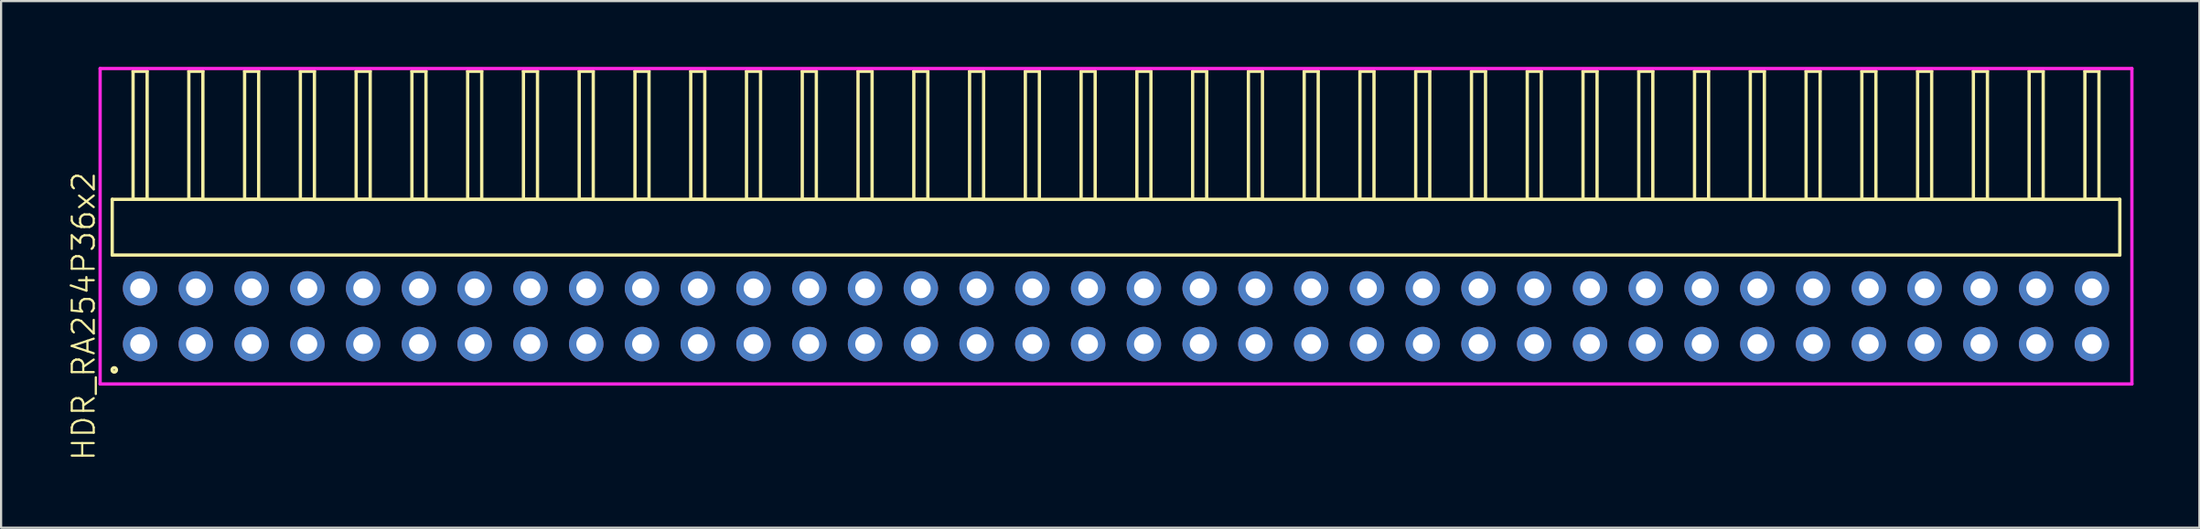
<source format=kicad_pcb>
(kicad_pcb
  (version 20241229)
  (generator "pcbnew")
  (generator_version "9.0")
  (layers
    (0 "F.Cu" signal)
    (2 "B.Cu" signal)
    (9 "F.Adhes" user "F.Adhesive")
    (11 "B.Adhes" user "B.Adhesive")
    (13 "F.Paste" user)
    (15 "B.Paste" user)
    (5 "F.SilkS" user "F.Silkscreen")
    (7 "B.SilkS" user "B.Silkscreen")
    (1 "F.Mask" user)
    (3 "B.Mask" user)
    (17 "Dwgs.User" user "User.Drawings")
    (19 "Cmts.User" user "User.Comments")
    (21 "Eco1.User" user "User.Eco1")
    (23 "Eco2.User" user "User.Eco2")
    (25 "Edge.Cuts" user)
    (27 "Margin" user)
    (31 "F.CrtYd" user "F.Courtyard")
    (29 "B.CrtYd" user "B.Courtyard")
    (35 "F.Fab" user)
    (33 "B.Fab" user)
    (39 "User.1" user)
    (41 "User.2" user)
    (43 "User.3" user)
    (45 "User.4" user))
  (footprint "HDR_RA254P36x2"
    (layer "F.Cu")
    (at 47.781 11.37)
    (property "Reference" "HDR_RA254P36x2" (at -47.02 0 90) (layer "F.SilkS") (effects (font (size 1 1) (thickness 0.1))))
    (attr through_hole)
    (fp_line (start -45.72 -5.33) (end -45.72 -2.79) (stroke (width 0.15) (type solid)) (layer "F.SilkS"))
    (fp_line (start -45.72 -2.79) (end 45.72 -2.79) (stroke (width 0.15) (type solid)) (layer "F.SilkS"))
    (fp_line (start -44.77 -11.17) (end -44.77 -5.33) (stroke (width 0.15) (type solid)) (layer "F.SilkS"))
    (fp_line (start -44.77 -5.33) (end -44.13 -5.33) (stroke (width 0.15) (type solid)) (layer "F.SilkS"))
    (fp_line (start -44.13 -11.17) (end -44.77 -11.17) (stroke (width 0.15) (type solid)) (layer "F.SilkS"))
    (fp_line (start -44.13 -5.33) (end -44.13 -11.17) (stroke (width 0.15) (type solid)) (layer "F.SilkS"))
    (fp_line (start -42.23 -11.17) (end -42.23 -5.33) (stroke (width 0.15) (type solid)) (layer "F.SilkS"))
    (fp_line (start -42.23 -5.33) (end -41.59 -5.33) (stroke (width 0.15) (type solid)) (layer "F.SilkS"))
    (fp_line (start -41.59 -11.17) (end -42.23 -11.17) (stroke (width 0.15) (type solid)) (layer "F.SilkS"))
    (fp_line (start -41.59 -5.33) (end -41.59 -11.17) (stroke (width 0.15) (type solid)) (layer "F.SilkS"))
    (fp_line (start -39.69 -11.17) (end -39.69 -5.33) (stroke (width 0.15) (type solid)) (layer "F.SilkS"))
    (fp_line (start -39.69 -5.33) (end -39.05 -5.33) (stroke (width 0.15) (type solid)) (layer "F.SilkS"))
    (fp_line (start -39.05 -11.17) (end -39.69 -11.17) (stroke (width 0.15) (type solid)) (layer "F.SilkS"))
    (fp_line (start -39.05 -5.33) (end -39.05 -11.17) (stroke (width 0.15) (type solid)) (layer "F.SilkS"))
    (fp_line (start -37.15 -11.17) (end -37.15 -5.33) (stroke (width 0.15) (type solid)) (layer "F.SilkS"))
    (fp_line (start -37.15 -5.33) (end -36.51 -5.33) (stroke (width 0.15) (type solid)) (layer "F.SilkS"))
    (fp_line (start -36.51 -11.17) (end -37.15 -11.17) (stroke (width 0.15) (type solid)) (layer "F.SilkS"))
    (fp_line (start -36.51 -5.33) (end -36.51 -11.17) (stroke (width 0.15) (type solid)) (layer "F.SilkS"))
    (fp_line (start -34.61 -11.17) (end -34.61 -5.33) (stroke (width 0.15) (type solid)) (layer "F.SilkS"))
    (fp_line (start -34.61 -5.33) (end -33.97 -5.33) (stroke (width 0.15) (type solid)) (layer "F.SilkS"))
    (fp_line (start -33.97 -11.17) (end -34.61 -11.17) (stroke (width 0.15) (type solid)) (layer "F.SilkS"))
    (fp_line (start -33.97 -5.33) (end -33.97 -11.17) (stroke (width 0.15) (type solid)) (layer "F.SilkS"))
    (fp_line (start -32.07 -11.17) (end -32.07 -5.33) (stroke (width 0.15) (type solid)) (layer "F.SilkS"))
    (fp_line (start -32.07 -5.33) (end -31.43 -5.33) (stroke (width 0.15) (type solid)) (layer "F.SilkS"))
    (fp_line (start -31.43 -11.17) (end -32.07 -11.17) (stroke (width 0.15) (type solid)) (layer "F.SilkS"))
    (fp_line (start -31.43 -5.33) (end -31.43 -11.17) (stroke (width 0.15) (type solid)) (layer "F.SilkS"))
    (fp_line (start -29.53 -11.17) (end -29.53 -5.33) (stroke (width 0.15) (type solid)) (layer "F.SilkS"))
    (fp_line (start -29.53 -5.33) (end -28.89 -5.33) (stroke (width 0.15) (type solid)) (layer "F.SilkS"))
    (fp_line (start -28.89 -11.17) (end -29.53 -11.17) (stroke (width 0.15) (type solid)) (layer "F.SilkS"))
    (fp_line (start -28.89 -5.33) (end -28.89 -11.17) (stroke (width 0.15) (type solid)) (layer "F.SilkS"))
    (fp_line (start -26.99 -11.17) (end -26.99 -5.33) (stroke (width 0.15) (type solid)) (layer "F.SilkS"))
    (fp_line (start -26.99 -5.33) (end -26.35 -5.33) (stroke (width 0.15) (type solid)) (layer "F.SilkS"))
    (fp_line (start -26.35 -11.17) (end -26.99 -11.17) (stroke (width 0.15) (type solid)) (layer "F.SilkS"))
    (fp_line (start -26.35 -5.33) (end -26.35 -11.17) (stroke (width 0.15) (type solid)) (layer "F.SilkS"))
    (fp_line (start -24.45 -11.17) (end -24.45 -5.33) (stroke (width 0.15) (type solid)) (layer "F.SilkS"))
    (fp_line (start -24.45 -5.33) (end -23.81 -5.33) (stroke (width 0.15) (type solid)) (layer "F.SilkS"))
    (fp_line (start -23.81 -11.17) (end -24.45 -11.17) (stroke (width 0.15) (type solid)) (layer "F.SilkS"))
    (fp_line (start -23.81 -5.33) (end -23.81 -11.17) (stroke (width 0.15) (type solid)) (layer "F.SilkS"))
    (fp_line (start -21.91 -11.17) (end -21.91 -5.33) (stroke (width 0.15) (type solid)) (layer "F.SilkS"))
    (fp_line (start -21.91 -5.33) (end -21.27 -5.33) (stroke (width 0.15) (type solid)) (layer "F.SilkS"))
    (fp_line (start -21.27 -11.17) (end -21.91 -11.17) (stroke (width 0.15) (type solid)) (layer "F.SilkS"))
    (fp_line (start -21.27 -5.33) (end -21.27 -11.17) (stroke (width 0.15) (type solid)) (layer "F.SilkS"))
    (fp_line (start -19.37 -11.17) (end -19.37 -5.33) (stroke (width 0.15) (type solid)) (layer "F.SilkS"))
    (fp_line (start -19.37 -5.33) (end -18.73 -5.33) (stroke (width 0.15) (type solid)) (layer "F.SilkS"))
    (fp_line (start -18.73 -11.17) (end -19.37 -11.17) (stroke (width 0.15) (type solid)) (layer "F.SilkS"))
    (fp_line (start -18.73 -5.33) (end -18.73 -11.17) (stroke (width 0.15) (type solid)) (layer "F.SilkS"))
    (fp_line (start -16.83 -11.17) (end -16.83 -5.33) (stroke (width 0.15) (type solid)) (layer "F.SilkS"))
    (fp_line (start -16.83 -5.33) (end -16.19 -5.33) (stroke (width 0.15) (type solid)) (layer "F.SilkS"))
    (fp_line (start -16.19 -11.17) (end -16.83 -11.17) (stroke (width 0.15) (type solid)) (layer "F.SilkS"))
    (fp_line (start -16.19 -5.33) (end -16.19 -11.17) (stroke (width 0.15) (type solid)) (layer "F.SilkS"))
    (fp_line (start -14.29 -11.17) (end -14.29 -5.33) (stroke (width 0.15) (type solid)) (layer "F.SilkS"))
    (fp_line (start -14.29 -5.33) (end -13.65 -5.33) (stroke (width 0.15) (type solid)) (layer "F.SilkS"))
    (fp_line (start -13.65 -11.17) (end -14.29 -11.17) (stroke (width 0.15) (type solid)) (layer "F.SilkS"))
    (fp_line (start -13.65 -5.33) (end -13.65 -11.17) (stroke (width 0.15) (type solid)) (layer "F.SilkS"))
    (fp_line (start -11.75 -11.17) (end -11.75 -5.33) (stroke (width 0.15) (type solid)) (layer "F.SilkS"))
    (fp_line (start -11.75 -5.33) (end -11.11 -5.33) (stroke (width 0.15) (type solid)) (layer "F.SilkS"))
    (fp_line (start -11.11 -11.17) (end -11.75 -11.17) (stroke (width 0.15) (type solid)) (layer "F.SilkS"))
    (fp_line (start -11.11 -5.33) (end -11.11 -11.17) (stroke (width 0.15) (type solid)) (layer "F.SilkS"))
    (fp_line (start -9.21 -11.17) (end -9.21 -5.33) (stroke (width 0.15) (type solid)) (layer "F.SilkS"))
    (fp_line (start -9.21 -5.33) (end -8.57 -5.33) (stroke (width 0.15) (type solid)) (layer "F.SilkS"))
    (fp_line (start -8.57 -11.17) (end -9.21 -11.17) (stroke (width 0.15) (type solid)) (layer "F.SilkS"))
    (fp_line (start -8.57 -5.33) (end -8.57 -11.17) (stroke (width 0.15) (type solid)) (layer "F.SilkS"))
    (fp_line (start -6.67 -11.17) (end -6.67 -5.33) (stroke (width 0.15) (type solid)) (layer "F.SilkS"))
    (fp_line (start -6.67 -5.33) (end -6.03 -5.33) (stroke (width 0.15) (type solid)) (layer "F.SilkS"))
    (fp_line (start -6.03 -11.17) (end -6.67 -11.17) (stroke (width 0.15) (type solid)) (layer "F.SilkS"))
    (fp_line (start -6.03 -5.33) (end -6.03 -11.17) (stroke (width 0.15) (type solid)) (layer "F.SilkS"))
    (fp_line (start -4.13 -11.17) (end -4.13 -5.33) (stroke (width 0.15) (type solid)) (layer "F.SilkS"))
    (fp_line (start -4.13 -5.33) (end -3.49 -5.33) (stroke (width 0.15) (type solid)) (layer "F.SilkS"))
    (fp_line (start -3.49 -11.17) (end -4.13 -11.17) (stroke (width 0.15) (type solid)) (layer "F.SilkS"))
    (fp_line (start -3.49 -5.33) (end -3.49 -11.17) (stroke (width 0.15) (type solid)) (layer "F.SilkS"))
    (fp_line (start -1.59 -11.17) (end -1.59 -5.33) (stroke (width 0.15) (type solid)) (layer "F.SilkS"))
    (fp_line (start -1.59 -5.33) (end -0.95 -5.33) (stroke (width 0.15) (type solid)) (layer "F.SilkS"))
    (fp_line (start -0.95 -11.17) (end -1.59 -11.17) (stroke (width 0.15) (type solid)) (layer "F.SilkS"))
    (fp_line (start -0.95 -5.33) (end -0.95 -11.17) (stroke (width 0.15) (type solid)) (layer "F.SilkS"))
    (fp_line (start 0.95 -11.17) (end 0.95 -5.33) (stroke (width 0.15) (type solid)) (layer "F.SilkS"))
    (fp_line (start 0.95 -5.33) (end 1.59 -5.33) (stroke (width 0.15) (type solid)) (layer "F.SilkS"))
    (fp_line (start 1.59 -11.17) (end 0.95 -11.17) (stroke (width 0.15) (type solid)) (layer "F.SilkS"))
    (fp_line (start 1.59 -5.33) (end 1.59 -11.17) (stroke (width 0.15) (type solid)) (layer "F.SilkS"))
    (fp_line (start 3.49 -11.17) (end 3.49 -5.33) (stroke (width 0.15) (type solid)) (layer "F.SilkS"))
    (fp_line (start 3.49 -5.33) (end 4.13 -5.33) (stroke (width 0.15) (type solid)) (layer "F.SilkS"))
    (fp_line (start 4.13 -11.17) (end 3.49 -11.17) (stroke (width 0.15) (type solid)) (layer "F.SilkS"))
    (fp_line (start 4.13 -5.33) (end 4.13 -11.17) (stroke (width 0.15) (type solid)) (layer "F.SilkS"))
    (fp_line (start 6.03 -11.17) (end 6.03 -5.33) (stroke (width 0.15) (type solid)) (layer "F.SilkS"))
    (fp_line (start 6.03 -5.33) (end 6.67 -5.33) (stroke (width 0.15) (type solid)) (layer "F.SilkS"))
    (fp_line (start 6.67 -11.17) (end 6.03 -11.17) (stroke (width 0.15) (type solid)) (layer "F.SilkS"))
    (fp_line (start 6.67 -5.33) (end 6.67 -11.17) (stroke (width 0.15) (type solid)) (layer "F.SilkS"))
    (fp_line (start 8.57 -11.17) (end 8.57 -5.33) (stroke (width 0.15) (type solid)) (layer "F.SilkS"))
    (fp_line (start 8.57 -5.33) (end 9.21 -5.33) (stroke (width 0.15) (type solid)) (layer "F.SilkS"))
    (fp_line (start 9.21 -11.17) (end 8.57 -11.17) (stroke (width 0.15) (type solid)) (layer "F.SilkS"))
    (fp_line (start 9.21 -5.33) (end 9.21 -11.17) (stroke (width 0.15) (type solid)) (layer "F.SilkS"))
    (fp_line (start 11.11 -11.17) (end 11.11 -5.33) (stroke (width 0.15) (type solid)) (layer "F.SilkS"))
    (fp_line (start 11.11 -5.33) (end 11.75 -5.33) (stroke (width 0.15) (type solid)) (layer "F.SilkS"))
    (fp_line (start 11.75 -11.17) (end 11.11 -11.17) (stroke (width 0.15) (type solid)) (layer "F.SilkS"))
    (fp_line (start 11.75 -5.33) (end 11.75 -11.17) (stroke (width 0.15) (type solid)) (layer "F.SilkS"))
    (fp_line (start 13.65 -11.17) (end 13.65 -5.33) (stroke (width 0.15) (type solid)) (layer "F.SilkS"))
    (fp_line (start 13.65 -5.33) (end 14.29 -5.33) (stroke (width 0.15) (type solid)) (layer "F.SilkS"))
    (fp_line (start 14.29 -11.17) (end 13.65 -11.17) (stroke (width 0.15) (type solid)) (layer "F.SilkS"))
    (fp_line (start 14.29 -5.33) (end 14.29 -11.17) (stroke (width 0.15) (type solid)) (layer "F.SilkS"))
    (fp_line (start 16.19 -11.17) (end 16.19 -5.33) (stroke (width 0.15) (type solid)) (layer "F.SilkS"))
    (fp_line (start 16.19 -5.33) (end 16.83 -5.33) (stroke (width 0.15) (type solid)) (layer "F.SilkS"))
    (fp_line (start 16.83 -11.17) (end 16.19 -11.17) (stroke (width 0.15) (type solid)) (layer "F.SilkS"))
    (fp_line (start 16.83 -5.33) (end 16.83 -11.17) (stroke (width 0.15) (type solid)) (layer "F.SilkS"))
    (fp_line (start 18.73 -11.17) (end 18.73 -5.33) (stroke (width 0.15) (type solid)) (layer "F.SilkS"))
    (fp_line (start 18.73 -5.33) (end 19.37 -5.33) (stroke (width 0.15) (type solid)) (layer "F.SilkS"))
    (fp_line (start 19.37 -11.17) (end 18.73 -11.17) (stroke (width 0.15) (type solid)) (layer "F.SilkS"))
    (fp_line (start 19.37 -5.33) (end 19.37 -11.17) (stroke (width 0.15) (type solid)) (layer "F.SilkS"))
    (fp_line (start 21.27 -11.17) (end 21.27 -5.33) (stroke (width 0.15) (type solid)) (layer "F.SilkS"))
    (fp_line (start 21.27 -5.33) (end 21.91 -5.33) (stroke (width 0.15) (type solid)) (layer "F.SilkS"))
    (fp_line (start 21.91 -11.17) (end 21.27 -11.17) (stroke (width 0.15) (type solid)) (layer "F.SilkS"))
    (fp_line (start 21.91 -5.33) (end 21.91 -11.17) (stroke (width 0.15) (type solid)) (layer "F.SilkS"))
    (fp_line (start 23.81 -11.17) (end 23.81 -5.33) (stroke (width 0.15) (type solid)) (layer "F.SilkS"))
    (fp_line (start 23.81 -5.33) (end 24.45 -5.33) (stroke (width 0.15) (type solid)) (layer "F.SilkS"))
    (fp_line (start 24.45 -11.17) (end 23.81 -11.17) (stroke (width 0.15) (type solid)) (layer "F.SilkS"))
    (fp_line (start 24.45 -5.33) (end 24.45 -11.17) (stroke (width 0.15) (type solid)) (layer "F.SilkS"))
    (fp_line (start 26.35 -11.17) (end 26.35 -5.33) (stroke (width 0.15) (type solid)) (layer "F.SilkS"))
    (fp_line (start 26.35 -5.33) (end 26.99 -5.33) (stroke (width 0.15) (type solid)) (layer "F.SilkS"))
    (fp_line (start 26.99 -11.17) (end 26.35 -11.17) (stroke (width 0.15) (type solid)) (layer "F.SilkS"))
    (fp_line (start 26.99 -5.33) (end 26.99 -11.17) (stroke (width 0.15) (type solid)) (layer "F.SilkS"))
    (fp_line (start 28.89 -11.17) (end 28.89 -5.33) (stroke (width 0.15) (type solid)) (layer "F.SilkS"))
    (fp_line (start 28.89 -5.33) (end 29.53 -5.33) (stroke (width 0.15) (type solid)) (layer "F.SilkS"))
    (fp_line (start 29.53 -11.17) (end 28.89 -11.17) (stroke (width 0.15) (type solid)) (layer "F.SilkS"))
    (fp_line (start 29.53 -5.33) (end 29.53 -11.17) (stroke (width 0.15) (type solid)) (layer "F.SilkS"))
    (fp_line (start 31.43 -11.17) (end 31.43 -5.33) (stroke (width 0.15) (type solid)) (layer "F.SilkS"))
    (fp_line (start 31.43 -5.33) (end 32.07 -5.33) (stroke (width 0.15) (type solid)) (layer "F.SilkS"))
    (fp_line (start 32.07 -11.17) (end 31.43 -11.17) (stroke (width 0.15) (type solid)) (layer "F.SilkS"))
    (fp_line (start 32.07 -5.33) (end 32.07 -11.17) (stroke (width 0.15) (type solid)) (layer "F.SilkS"))
    (fp_line (start 33.97 -11.17) (end 33.97 -5.33) (stroke (width 0.15) (type solid)) (layer "F.SilkS"))
    (fp_line (start 33.97 -5.33) (end 34.61 -5.33) (stroke (width 0.15) (type solid)) (layer "F.SilkS"))
    (fp_line (start 34.61 -11.17) (end 33.97 -11.17) (stroke (width 0.15) (type solid)) (layer "F.SilkS"))
    (fp_line (start 34.61 -5.33) (end 34.61 -11.17) (stroke (width 0.15) (type solid)) (layer "F.SilkS"))
    (fp_line (start 36.51 -11.17) (end 36.51 -5.33) (stroke (width 0.15) (type solid)) (layer "F.SilkS"))
    (fp_line (start 36.51 -5.33) (end 37.15 -5.33) (stroke (width 0.15) (type solid)) (layer "F.SilkS"))
    (fp_line (start 37.15 -11.17) (end 36.51 -11.17) (stroke (width 0.15) (type solid)) (layer "F.SilkS"))
    (fp_line (start 37.15 -5.33) (end 37.15 -11.17) (stroke (width 0.15) (type solid)) (layer "F.SilkS"))
    (fp_line (start 39.05 -11.17) (end 39.05 -5.33) (stroke (width 0.15) (type solid)) (layer "F.SilkS"))
    (fp_line (start 39.05 -5.33) (end 39.69 -5.33) (stroke (width 0.15) (type solid)) (layer "F.SilkS"))
    (fp_line (start 39.69 -11.17) (end 39.05 -11.17) (stroke (width 0.15) (type solid)) (layer "F.SilkS"))
    (fp_line (start 39.69 -5.33) (end 39.69 -11.17) (stroke (width 0.15) (type solid)) (layer "F.SilkS"))
    (fp_line (start 41.59 -11.17) (end 41.59 -5.33) (stroke (width 0.15) (type solid)) (layer "F.SilkS"))
    (fp_line (start 41.59 -5.33) (end 42.23 -5.33) (stroke (width 0.15) (type solid)) (layer "F.SilkS"))
    (fp_line (start 42.23 -11.17) (end 41.59 -11.17) (stroke (width 0.15) (type solid)) (layer "F.SilkS"))
    (fp_line (start 42.23 -5.33) (end 42.23 -11.17) (stroke (width 0.15) (type solid)) (layer "F.SilkS"))
    (fp_line (start 44.13 -11.17) (end 44.13 -5.33) (stroke (width 0.15) (type solid)) (layer "F.SilkS"))
    (fp_line (start 44.13 -5.33) (end 44.77 -5.33) (stroke (width 0.15) (type solid)) (layer "F.SilkS"))
    (fp_line (start 44.77 -11.17) (end 44.13 -11.17) (stroke (width 0.15) (type solid)) (layer "F.SilkS"))
    (fp_line (start 44.77 -5.33) (end 44.77 -11.17) (stroke (width 0.15) (type solid)) (layer "F.SilkS"))
    (fp_line (start 45.72 -5.33) (end -45.72 -5.33) (stroke (width 0.15) (type solid)) (layer "F.SilkS"))
    (fp_line (start 45.72 -2.79) (end 45.72 -5.33) (stroke (width 0.15) (type solid)) (layer "F.SilkS"))
    (fp_circle (center -45.627 2.448) (end -45.527 2.448) (stroke (width 0.15) (type solid)) (fill no) (layer "F.SilkS"))
    (fp_line (start -46.27 -11.295) (end -46.27 3.09) (stroke (width 0.15) (type solid)) (layer "F.CrtYd"))
    (fp_line (start -46.27 3.09) (end 46.27 3.09) (stroke (width 0.15) (type solid)) (layer "F.CrtYd"))
    (fp_line (start 46.27 -11.295) (end -46.27 -11.295) (stroke (width 0.15) (type solid)) (layer "F.CrtYd"))
    (fp_line (start 46.27 3.09) (end 46.27 -11.295) (stroke (width 0.15) (type solid)) (layer "F.CrtYd"))
    (pad "1" thru_hole oval (at -44.45 1.27) (size 1.57 1.57) (drill 0.9) (layers "*.Cu" "*.Mask"))
    (pad "2" thru_hole oval (at -44.45 -1.27) (size 1.57 1.57) (drill 0.9) (layers "*.Cu" "*.Mask"))
    (pad "3" thru_hole oval (at -41.91 1.27) (size 1.57 1.57) (drill 0.9) (layers "*.Cu" "*.Mask"))
    (pad "4" thru_hole oval (at -41.91 -1.27) (size 1.57 1.57) (drill 0.9) (layers "*.Cu" "*.Mask"))
    (pad "5" thru_hole oval (at -39.37 1.27) (size 1.57 1.57) (drill 0.9) (layers "*.Cu" "*.Mask"))
    (pad "6" thru_hole oval (at -39.37 -1.27) (size 1.57 1.57) (drill 0.9) (layers "*.Cu" "*.Mask"))
    (pad "7" thru_hole oval (at -36.83 1.27) (size 1.57 1.57) (drill 0.9) (layers "*.Cu" "*.Mask"))
    (pad "8" thru_hole oval (at -36.83 -1.27) (size 1.57 1.57) (drill 0.9) (layers "*.Cu" "*.Mask"))
    (pad "9" thru_hole oval (at -34.29 1.27) (size 1.57 1.57) (drill 0.9) (layers "*.Cu" "*.Mask"))
    (pad "10" thru_hole oval (at -34.29 -1.27) (size 1.57 1.57) (drill 0.9) (layers "*.Cu" "*.Mask"))
    (pad "11" thru_hole oval (at -31.75 1.27) (size 1.57 1.57) (drill 0.9) (layers "*.Cu" "*.Mask"))
    (pad "12" thru_hole oval (at -31.75 -1.27) (size 1.57 1.57) (drill 0.9) (layers "*.Cu" "*.Mask"))
    (pad "13" thru_hole oval (at -29.21 1.27) (size 1.57 1.57) (drill 0.9) (layers "*.Cu" "*.Mask"))
    (pad "14" thru_hole oval (at -29.21 -1.27) (size 1.57 1.57) (drill 0.9) (layers "*.Cu" "*.Mask"))
    (pad "15" thru_hole oval (at -26.67 1.27) (size 1.57 1.57) (drill 0.9) (layers "*.Cu" "*.Mask"))
    (pad "16" thru_hole oval (at -26.67 -1.27) (size 1.57 1.57) (drill 0.9) (layers "*.Cu" "*.Mask"))
    (pad "17" thru_hole oval (at -24.13 1.27) (size 1.57 1.57) (drill 0.9) (layers "*.Cu" "*.Mask"))
    (pad "18" thru_hole oval (at -24.13 -1.27) (size 1.57 1.57) (drill 0.9) (layers "*.Cu" "*.Mask"))
    (pad "19" thru_hole oval (at -21.59 1.27) (size 1.57 1.57) (drill 0.9) (layers "*.Cu" "*.Mask"))
    (pad "20" thru_hole oval (at -21.59 -1.27) (size 1.57 1.57) (drill 0.9) (layers "*.Cu" "*.Mask"))
    (pad "21" thru_hole oval (at -19.05 1.27) (size 1.57 1.57) (drill 0.9) (layers "*.Cu" "*.Mask"))
    (pad "22" thru_hole oval (at -19.05 -1.27) (size 1.57 1.57) (drill 0.9) (layers "*.Cu" "*.Mask"))
    (pad "23" thru_hole oval (at -16.51 1.27) (size 1.57 1.57) (drill 0.9) (layers "*.Cu" "*.Mask"))
    (pad "24" thru_hole oval (at -16.51 -1.27) (size 1.57 1.57) (drill 0.9) (layers "*.Cu" "*.Mask"))
    (pad "25" thru_hole oval (at -13.97 1.27) (size 1.57 1.57) (drill 0.9) (layers "*.Cu" "*.Mask"))
    (pad "26" thru_hole oval (at -13.97 -1.27) (size 1.57 1.57) (drill 0.9) (layers "*.Cu" "*.Mask"))
    (pad "27" thru_hole oval (at -11.43 1.27) (size 1.57 1.57) (drill 0.9) (layers "*.Cu" "*.Mask"))
    (pad "28" thru_hole oval (at -11.43 -1.27) (size 1.57 1.57) (drill 0.9) (layers "*.Cu" "*.Mask"))
    (pad "29" thru_hole oval (at -8.89 1.27) (size 1.57 1.57) (drill 0.9) (layers "*.Cu" "*.Mask"))
    (pad "30" thru_hole oval (at -8.89 -1.27) (size 1.57 1.57) (drill 0.9) (layers "*.Cu" "*.Mask"))
    (pad "31" thru_hole oval (at -6.35 1.27) (size 1.57 1.57) (drill 0.9) (layers "*.Cu" "*.Mask"))
    (pad "32" thru_hole oval (at -6.35 -1.27) (size 1.57 1.57) (drill 0.9) (layers "*.Cu" "*.Mask"))
    (pad "33" thru_hole oval (at -3.81 1.27) (size 1.57 1.57) (drill 0.9) (layers "*.Cu" "*.Mask"))
    (pad "34" thru_hole oval (at -3.81 -1.27) (size 1.57 1.57) (drill 0.9) (layers "*.Cu" "*.Mask"))
    (pad "35" thru_hole oval (at -1.27 1.27) (size 1.57 1.57) (drill 0.9) (layers "*.Cu" "*.Mask"))
    (pad "36" thru_hole oval (at -1.27 -1.27) (size 1.57 1.57) (drill 0.9) (layers "*.Cu" "*.Mask"))
    (pad "37" thru_hole oval (at 1.27 1.27) (size 1.57 1.57) (drill 0.9) (layers "*.Cu" "*.Mask"))
    (pad "38" thru_hole oval (at 1.27 -1.27) (size 1.57 1.57) (drill 0.9) (layers "*.Cu" "*.Mask"))
    (pad "39" thru_hole oval (at 3.81 1.27) (size 1.57 1.57) (drill 0.9) (layers "*.Cu" "*.Mask"))
    (pad "40" thru_hole oval (at 3.81 -1.27) (size 1.57 1.57) (drill 0.9) (layers "*.Cu" "*.Mask"))
    (pad "41" thru_hole oval (at 6.35 1.27) (size 1.57 1.57) (drill 0.9) (layers "*.Cu" "*.Mask"))
    (pad "42" thru_hole oval (at 6.35 -1.27) (size 1.57 1.57) (drill 0.9) (layers "*.Cu" "*.Mask"))
    (pad "43" thru_hole oval (at 8.89 1.27) (size 1.57 1.57) (drill 0.9) (layers "*.Cu" "*.Mask"))
    (pad "44" thru_hole oval (at 8.89 -1.27) (size 1.57 1.57) (drill 0.9) (layers "*.Cu" "*.Mask"))
    (pad "45" thru_hole oval (at 11.43 1.27) (size 1.57 1.57) (drill 0.9) (layers "*.Cu" "*.Mask"))
    (pad "46" thru_hole oval (at 11.43 -1.27) (size 1.57 1.57) (drill 0.9) (layers "*.Cu" "*.Mask"))
    (pad "47" thru_hole oval (at 13.97 1.27) (size 1.57 1.57) (drill 0.9) (layers "*.Cu" "*.Mask"))
    (pad "48" thru_hole oval (at 13.97 -1.27) (size 1.57 1.57) (drill 0.9) (layers "*.Cu" "*.Mask"))
    (pad "49" thru_hole oval (at 16.51 1.27) (size 1.57 1.57) (drill 0.9) (layers "*.Cu" "*.Mask"))
    (pad "50" thru_hole oval (at 16.51 -1.27) (size 1.57 1.57) (drill 0.9) (layers "*.Cu" "*.Mask"))
    (pad "51" thru_hole oval (at 19.05 1.27) (size 1.57 1.57) (drill 0.9) (layers "*.Cu" "*.Mask"))
    (pad "52" thru_hole oval (at 19.05 -1.27) (size 1.57 1.57) (drill 0.9) (layers "*.Cu" "*.Mask"))
    (pad "53" thru_hole oval (at 21.59 1.27) (size 1.57 1.57) (drill 0.9) (layers "*.Cu" "*.Mask"))
    (pad "54" thru_hole oval (at 21.59 -1.27) (size 1.57 1.57) (drill 0.9) (layers "*.Cu" "*.Mask"))
    (pad "55" thru_hole oval (at 24.13 1.27) (size 1.57 1.57) (drill 0.9) (layers "*.Cu" "*.Mask"))
    (pad "56" thru_hole oval (at 24.13 -1.27) (size 1.57 1.57) (drill 0.9) (layers "*.Cu" "*.Mask"))
    (pad "57" thru_hole oval (at 26.67 1.27) (size 1.57 1.57) (drill 0.9) (layers "*.Cu" "*.Mask"))
    (pad "58" thru_hole oval (at 26.67 -1.27) (size 1.57 1.57) (drill 0.9) (layers "*.Cu" "*.Mask"))
    (pad "59" thru_hole oval (at 29.21 1.27) (size 1.57 1.57) (drill 0.9) (layers "*.Cu" "*.Mask"))
    (pad "60" thru_hole oval (at 29.21 -1.27) (size 1.57 1.57) (drill 0.9) (layers "*.Cu" "*.Mask"))
    (pad "61" thru_hole oval (at 31.75 1.27) (size 1.57 1.57) (drill 0.9) (layers "*.Cu" "*.Mask"))
    (pad "62" thru_hole oval (at 31.75 -1.27) (size 1.57 1.57) (drill 0.9) (layers "*.Cu" "*.Mask"))
    (pad "63" thru_hole oval (at 34.29 1.27) (size 1.57 1.57) (drill 0.9) (layers "*.Cu" "*.Mask"))
    (pad "64" thru_hole oval (at 34.29 -1.27) (size 1.57 1.57) (drill 0.9) (layers "*.Cu" "*.Mask"))
    (pad "65" thru_hole oval (at 36.83 1.27) (size 1.57 1.57) (drill 0.9) (layers "*.Cu" "*.Mask"))
    (pad "66" thru_hole oval (at 36.83 -1.27) (size 1.57 1.57) (drill 0.9) (layers "*.Cu" "*.Mask"))
    (pad "67" thru_hole oval (at 39.37 1.27) (size 1.57 1.57) (drill 0.9) (layers "*.Cu" "*.Mask"))
    (pad "68" thru_hole oval (at 39.37 -1.27) (size 1.57 1.57) (drill 0.9) (layers "*.Cu" "*.Mask"))
    (pad "69" thru_hole oval (at 41.91 1.27) (size 1.57 1.57) (drill 0.9) (layers "*.Cu" "*.Mask"))
    (pad "70" thru_hole oval (at 41.91 -1.27) (size 1.57 1.57) (drill 0.9) (layers "*.Cu" "*.Mask"))
    (pad "71" thru_hole oval (at 44.45 1.27) (size 1.57 1.57) (drill 0.9) (layers "*.Cu" "*.Mask"))
    (pad "72" thru_hole oval (at 44.45 -1.27) (size 1.57 1.57) (drill 0.9) (layers "*.Cu" "*.Mask")))
  (gr_rect
    (start -3 -3)
    (end 97.126 21.015)
    (stroke (width 0.1) (type default))
    (fill no)
    (layer "Edge.Cuts")))
</source>
